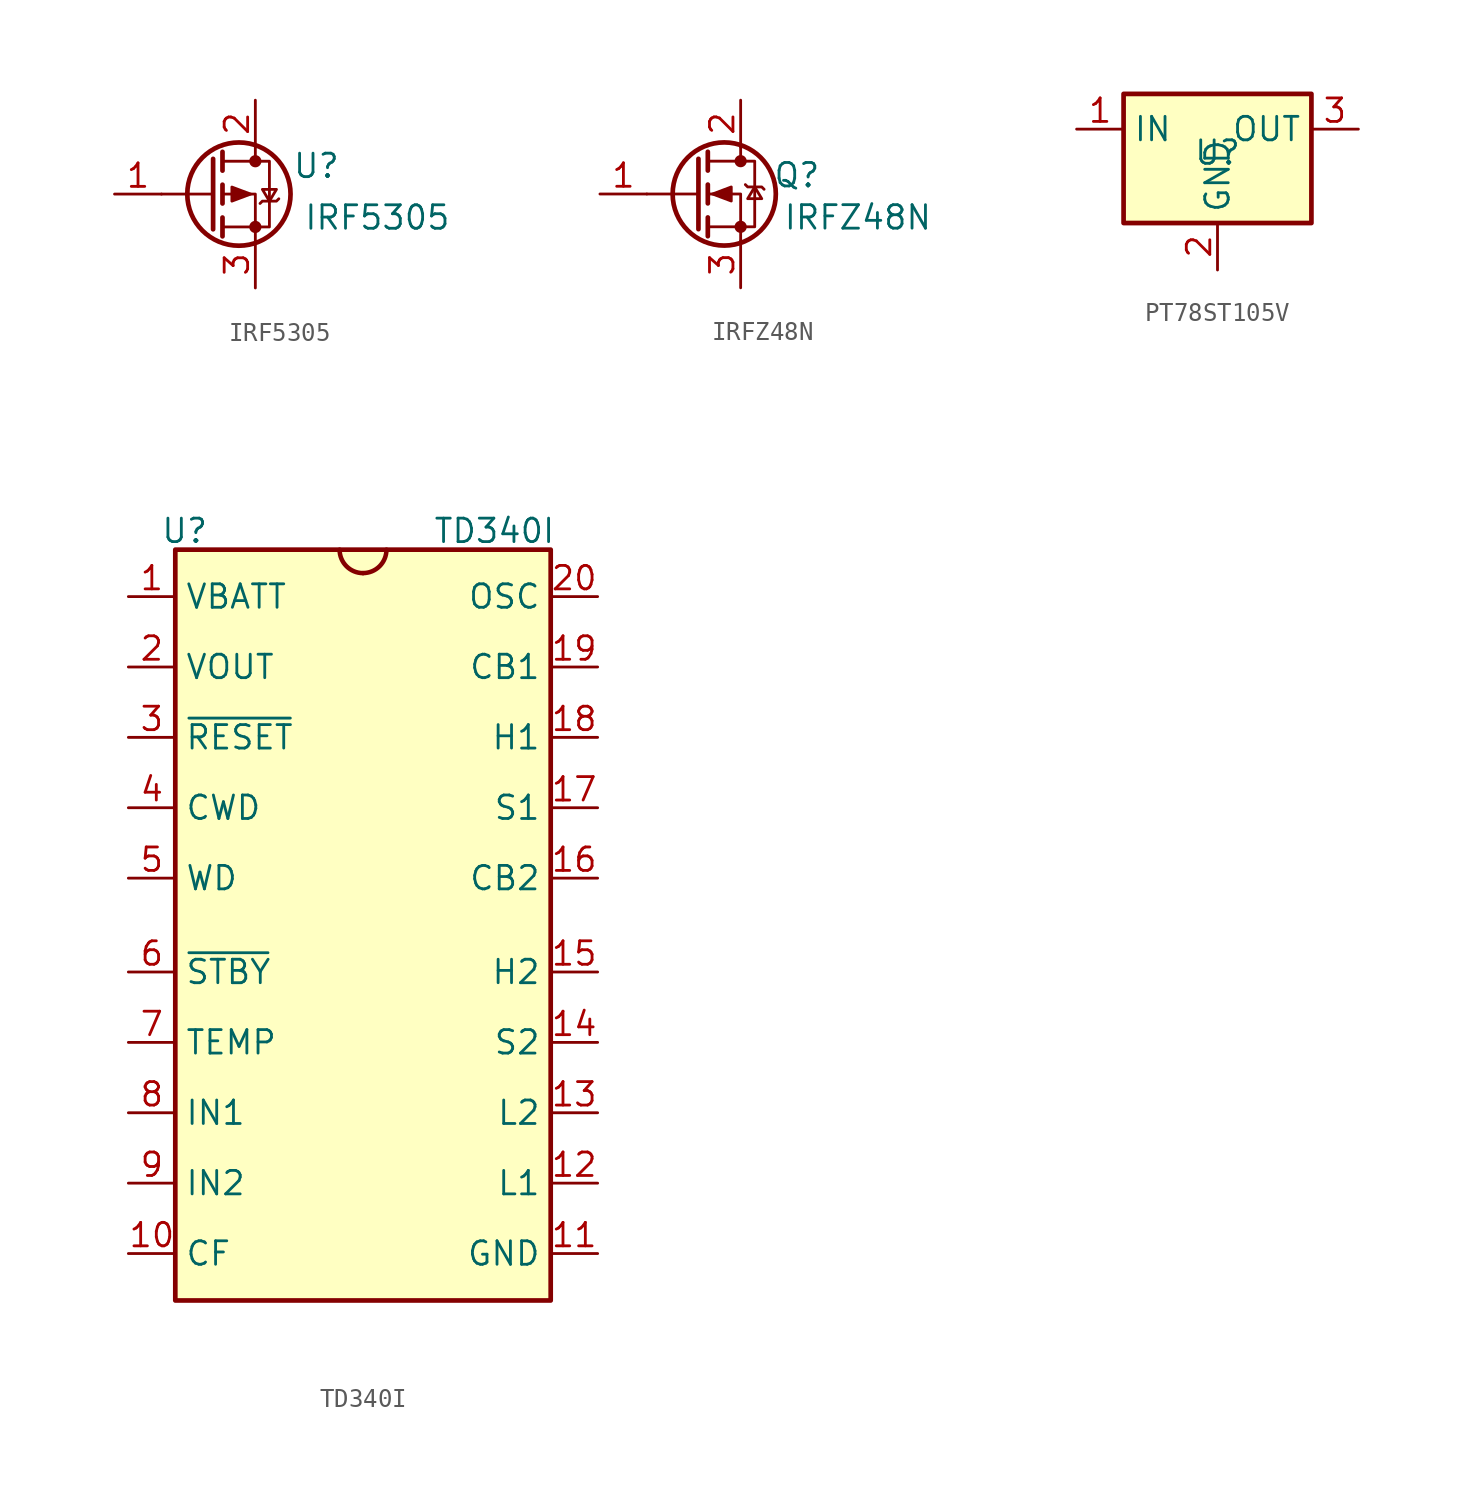
<source format=kicad_sym>
(kicad_symbol_lib
  (version 20231120)
  (generator "kicad_symbol_editor")
  (generator_version "8.0")
  (symbol "IRF5305"
    (pin_names hide)
    (property "Reference" "U"
      (at 4.572 1.524 0)
      (effects (font (size 1.27 1.27))))
    (property "Value" "IRF5305"
      (at 7.874 -1.27 0)
      (effects (font (size 1.27 1.27))))
    (symbol "IRF5305_0_1"
      (polyline (pts (xy -1.016 0) (xy -3.81 0)) (stroke (width 0) (type default)) (fill (type none)))
      (polyline (pts (xy -1.016 1.905) (xy -1.016 -1.905)) (stroke (width 0.254) (type default)) (fill (type none)))
      (polyline (pts (xy -0.508 -1.27) (xy -0.508 -2.286)) (stroke (width 0.254) (type default)) (fill (type none)))
      (polyline (pts (xy -0.508 0.508) (xy -0.508 -0.508)) (stroke (width 0.254) (type default)) (fill (type none)))
      (polyline (pts (xy -0.508 2.286) (xy -0.508 1.27)) (stroke (width 0.254) (type default)) (fill (type none)))
      (polyline (pts (xy 1.27 2.54) (xy 1.27 1.778)) (stroke (width 0) (type default)) (fill (type none)))
      (polyline (pts (xy 1.27 -2.54) (xy 1.27 0) (xy -0.508 0)) (stroke (width 0) (type default)) (fill (type none)))
      (polyline (pts (xy -0.508 1.778) (xy 2.032 1.778) (xy 2.032 -1.778) (xy -0.508 -1.778)) (stroke (width 0) (type default)) (fill (type none)))
      (polyline (pts (xy 1.016 0) (xy 0 0.381) (xy 0 -0.381) (xy 1.016 0)) (stroke (width 0) (type default)) (fill (type outline)))
      (polyline (pts (xy 1.524 -0.508) (xy 1.651 -0.381) (xy 2.413 -0.381) (xy 2.54 -0.254)) (stroke (width 0) (type default)) (fill (type none)))
      (polyline (pts (xy 2.032 -0.381) (xy 1.651 0.254) (xy 2.413 0.254) (xy 2.032 -0.381)) (stroke (width 0) (type default)) (fill (type none)))
      (circle (center 0.381 0) (radius 2.794) (stroke (width 0.254) (type default)) (fill (type none)))
      (circle (center 1.27 -1.778) (radius 0.254) (stroke (width 0) (type default)) (fill (type outline)))
      (circle (center 1.27 1.778) (radius 0.254) (stroke (width 0) (type default)) (fill (type outline))))
    (symbol "IRF5305_1_1"
      (pin input line (at -6.35 0 0) (length 2.54) (name "G" (effects (font (size 1.27 1.27)))) (number "1" (effects (font (size 1.27 1.27)))))
      (pin passive line (at 1.27 5.08 270) (length 2.54) (name "D" (effects (font (size 1.27 1.27)))) (number "2" (effects (font (size 1.27 1.27)))))
      (pin passive line (at 1.27 -5.08 90) (length 2.54) (name "S" (effects (font (size 1.27 1.27)))) (number "3" (effects (font (size 1.27 1.27)))))))
  (symbol "IRFZ48N"
    (pin_names hide)
    (property "Reference" "Q"
      (at 3.048 1.016 0)
      (effects (font (size 1.27 1.27))))
    (property "Value" "IRFZ48N"
      (at 6.35 -1.27 0)
      (effects (font (size 1.27 1.27))))
    (symbol "IRFZ48N_0_1"
      (circle (center -0.889 0) (radius 2.794) (stroke (width 0.254) (type default)) (fill (type none)))
      (circle (center 0 -1.778) (radius 0.254) (stroke (width 0) (type default)) (fill (type outline)))
      (polyline (pts (xy -2.286 0) (xy -5.08 0)) (stroke (width 0) (type default)) (fill (type none)))
      (polyline (pts (xy -2.286 1.905) (xy -2.286 -1.905)) (stroke (width 0.254) (type default)) (fill (type none)))
      (polyline (pts (xy -1.778 -1.27) (xy -1.778 -2.286)) (stroke (width 0.254) (type default)) (fill (type none)))
      (polyline (pts (xy -1.778 0.508) (xy -1.778 -0.508)) (stroke (width 0.254) (type default)) (fill (type none)))
      (polyline (pts (xy -1.778 2.286) (xy -1.778 1.27)) (stroke (width 0.254) (type default)) (fill (type none)))
      (polyline (pts (xy 0 2.54) (xy 0 1.778)) (stroke (width 0) (type default)) (fill (type none)))
      (polyline (pts (xy 0 -2.54) (xy 0 0) (xy -1.778 0)) (stroke (width 0) (type default)) (fill (type none)))
      (polyline (pts (xy -1.778 -1.778) (xy 0.762 -1.778) (xy 0.762 1.778) (xy -1.778 1.778)) (stroke (width 0) (type default)) (fill (type none)))
      (polyline (pts (xy -1.524 0) (xy -0.508 0.381) (xy -0.508 -0.381) (xy -1.524 0)) (stroke (width 0) (type default)) (fill (type outline)))
      (polyline (pts (xy 0.254 0.508) (xy 0.381 0.381) (xy 1.143 0.381) (xy 1.27 0.254)) (stroke (width 0) (type default)) (fill (type none)))
      (polyline (pts (xy 0.762 0.381) (xy 0.381 -0.254) (xy 1.143 -0.254) (xy 0.762 0.381)) (stroke (width 0) (type default)) (fill (type none)))
      (circle (center 0 1.778) (radius 0.254) (stroke (width 0) (type default)) (fill (type outline))))
    (symbol "IRFZ48N_1_1"
      (pin input line (at -7.62 0 0) (length 2.54) (name "G" (effects (font (size 1.27 1.27)))) (number "1" (effects (font (size 1.27 1.27)))))
      (pin passive line (at 0 5.08 270) (length 2.54) (name "D" (effects (font (size 1.27 1.27)))) (number "2" (effects (font (size 1.27 1.27)))))
      (pin passive line (at 0 -5.08 90) (length 2.54) (name "S" (effects (font (size 1.27 1.27)))) (number "3" (effects (font (size 1.27 1.27)))))))
  (symbol "PT78ST105V"
    (property "Reference" "U"
      (at 0 0 0)
      (effects (font (size 1.27 1.27))))
    (property "Value" ""
      (at 0 0 0)
      (effects (font (size 1.27 1.27))))
    (symbol "PT78ST105V_0_1"
      (rectangle (start -5.08 3.175) (end 5.08 -3.81) (stroke (width 0.254) (type default)) (fill (type background))))
    (symbol "PT78ST105V_1_1"
      (pin power_in line (at -7.62 1.27 0) (length 2.54) (name "IN" (effects (font (size 1.27 1.27)))) (number "1" (effects (font (size 1.27 1.27)))))
      (pin power_in line (at 0 -6.35 90) (length 2.54) (name "GND" (effects (font (size 1.27 1.27)))) (number "2" (effects (font (size 1.27 1.27)))))
      (pin power_out line (at 7.62 1.27 180) (length 2.54) (name "OUT" (effects (font (size 1.27 1.27)))) (number "3" (effects (font (size 1.27 1.27)))))))
  (symbol "TD340I"
    (property "Reference" "U"
      (at -9.652 21.336 0)
      (effects (font (size 1.27 1.27))))
    (property "Value" "TD340I"
      (at 7.112 21.336 0)
      (effects (font (size 1.27 1.27))))
    (symbol "TD340I_0_1"
      (arc (start -1.27 20.32) (mid -0.898 19.422) (end 0 19.05) (stroke (width 0.245) (type default)) (fill (type none)))
      (arc (start 0 19.05) (mid 0.898 19.422) (end 1.27 20.32) (stroke (width 0.245) (type default)) (fill (type none))))
    (symbol "TD340I_1_1"
      (rectangle (start -10.16 20.32) (end 10.16 -20.32) (stroke (width 0.254) (type default)) (fill (type background)))
      (pin power_in line (at -12.7 17.78 0) (length 2.54) (name "VBATT" (effects (font (size 1.27 1.27)))) (number "1" (effects (font (size 1.27 1.27)))))
      (pin input line (at -12.7 -17.78 0) (length 2.54) (name "CF" (effects (font (size 1.27 1.27)))) (number "10" (effects (font (size 1.27 1.27)))))
      (pin power_in line (at 12.7 -17.78 180) (length 2.54) (name "GND" (effects (font (size 1.27 1.27)))) (number "11" (effects (font (size 1.27 1.27)))))
      (pin output line (at 12.7 -13.97 180) (length 2.54) (name "L1" (effects (font (size 1.27 1.27)))) (number "12" (effects (font (size 1.27 1.27)))))
      (pin output line (at 12.7 -10.16 180) (length 2.54) (name "L2" (effects (font (size 1.27 1.27)))) (number "13" (effects (font (size 1.27 1.27)))))
      (pin input line (at 12.7 -6.35 180) (length 2.54) (name "S2" (effects (font (size 1.27 1.27)))) (number "14" (effects (font (size 1.27 1.27)))))
      (pin output line (at 12.7 -2.54 180) (length 2.54) (name "H2" (effects (font (size 1.27 1.27)))) (number "15" (effects (font (size 1.27 1.27)))))
      (pin input line (at 12.7 2.54 180) (length 2.54) (name "CB2" (effects (font (size 1.27 1.27)))) (number "16" (effects (font (size 1.27 1.27)))))
      (pin input line (at 12.7 6.35 180) (length 2.54) (name "S1" (effects (font (size 1.27 1.27)))) (number "17" (effects (font (size 1.27 1.27)))))
      (pin output line (at 12.7 10.16 180) (length 2.54) (name "H1" (effects (font (size 1.27 1.27)))) (number "18" (effects (font (size 1.27 1.27)))))
      (pin input line (at 12.7 13.97 180) (length 2.54) (name "CB1" (effects (font (size 1.27 1.27)))) (number "19" (effects (font (size 1.27 1.27)))))
      (pin power_out line (at -12.7 13.97 0) (length 2.54) (name "VOUT" (effects (font (size 1.27 1.27)))) (number "2" (effects (font (size 1.27 1.27)))))
      (pin output line (at 12.7 17.78 180) (length 2.54) (name "OSC" (effects (font (size 1.27 1.27)))) (number "20" (effects (font (size 1.27 1.27)))))
      (pin output line (at -12.7 10.16 0) (length 2.54) (name "~{RESET}" (effects (font (size 1.27 1.27)))) (number "3" (effects (font (size 1.27 1.27)))))
      (pin input line (at -12.7 6.35 0) (length 2.54) (name "CWD" (effects (font (size 1.27 1.27)))) (number "4" (effects (font (size 1.27 1.27)))))
      (pin input line (at -12.7 2.54 0) (length 2.54) (name "WD" (effects (font (size 1.27 1.27)))) (number "5" (effects (font (size 1.27 1.27)))))
      (pin input line (at -12.7 -2.54 0) (length 2.54) (name "~{STBY}" (effects (font (size 1.27 1.27)))) (number "6" (effects (font (size 1.27 1.27)))))
      (pin output line (at -12.7 -6.35 0) (length 2.54) (name "TEMP" (effects (font (size 1.27 1.27)))) (number "7" (effects (font (size 1.27 1.27)))))
      (pin input line (at -12.7 -10.16 0) (length 2.54) (name "IN1" (effects (font (size 1.27 1.27)))) (number "8" (effects (font (size 1.27 1.27)))))
      (pin input line (at -12.7 -13.97 0) (length 2.54) (name "IN2" (effects (font (size 1.27 1.27)))) (number "9" (effects (font (size 1.27 1.27))))))))
</source>
